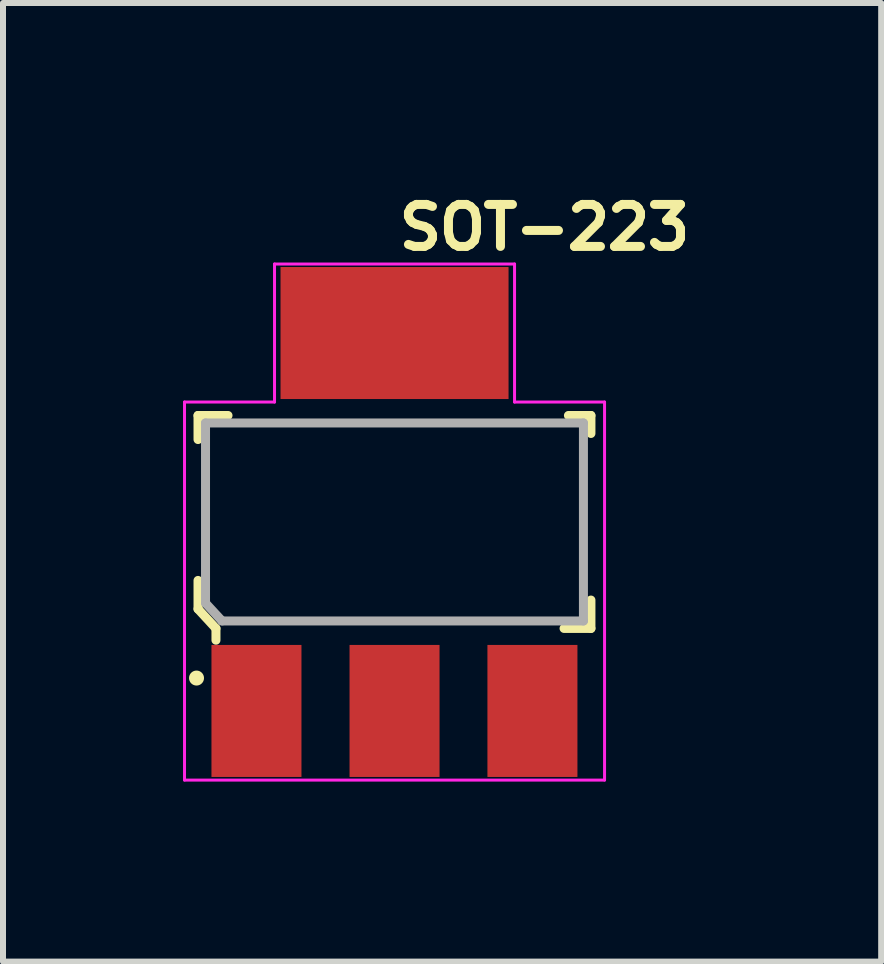
<source format=kicad_pcb>
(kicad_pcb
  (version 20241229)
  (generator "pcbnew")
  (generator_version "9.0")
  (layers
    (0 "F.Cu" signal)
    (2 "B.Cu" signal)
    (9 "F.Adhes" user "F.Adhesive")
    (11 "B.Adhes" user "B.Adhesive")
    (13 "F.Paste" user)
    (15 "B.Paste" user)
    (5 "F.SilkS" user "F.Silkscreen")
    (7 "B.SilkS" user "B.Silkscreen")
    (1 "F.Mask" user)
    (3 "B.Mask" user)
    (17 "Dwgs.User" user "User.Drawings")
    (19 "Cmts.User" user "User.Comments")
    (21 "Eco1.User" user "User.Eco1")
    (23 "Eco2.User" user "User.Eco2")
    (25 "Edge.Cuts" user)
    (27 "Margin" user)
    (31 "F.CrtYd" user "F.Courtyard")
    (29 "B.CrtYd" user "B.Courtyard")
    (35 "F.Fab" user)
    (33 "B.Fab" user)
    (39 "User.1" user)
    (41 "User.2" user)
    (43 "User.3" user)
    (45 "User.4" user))
  (footprint "SOT-223"
    (layer "F.Cu")
    (at 3.525 5.65)
    (property "Reference" "SOT-223" (at 0 -4.5 0) (layer "F.SilkS") (effects (font (size 0.7 0.7) (thickness 0.15)) (justify left bottom)))
    (attr smd)
    (fp_line (start -3.275 -1.776) (end -3.275 -1.375) (stroke (width 0.15) (type solid)) (layer "F.SilkS"))
    (fp_line (start -3.275 0.973) (end -3.275 1.449) (stroke (width 0.15) (type solid)) (layer "F.SilkS"))
    (fp_line (start -3.275 1.449) (end -2.976 1.773) (stroke (width 0.15) (type solid)) (layer "F.SilkS"))
    (fp_line (start -2.976 1.773) (end -2.976 1.969) (stroke (width 0.15) (type solid)) (layer "F.SilkS"))
    (fp_line (start -2.775 -1.776) (end -3.275 -1.776) (stroke (width 0.15) (type solid)) (layer "F.SilkS"))
    (fp_line (start 2.898 -1.776) (end 3.273 -1.776) (stroke (width 0.15) (type solid)) (layer "F.SilkS"))
    (fp_line (start 3.273 -1.776) (end 3.273 -1.476) (stroke (width 0.15) (type solid)) (layer "F.SilkS"))
    (fp_line (start 3.273 1.3) (end 3.273 1.773) (stroke (width 0.15) (type solid)) (layer "F.SilkS"))
    (fp_line (start 3.273 1.773) (end 2.825 1.773) (stroke (width 0.15) (type solid)) (layer "F.SilkS"))
    (fp_circle (center -3.3 2.6) (end -3.25 2.6) (stroke (width 0.15) (type solid)) (fill yes) (layer "F.SilkS"))
    (fp_line (start -3.5 -2) (end -3.5 4.3) (stroke (width 0.05) (type solid)) (layer "F.CrtYd"))
    (fp_line (start -3.5 4.3) (end 3.5 4.3) (stroke (width 0.05) (type solid)) (layer "F.CrtYd"))
    (fp_line (start -2 -4.3) (end -2 -2) (stroke (width 0.05) (type solid)) (layer "F.CrtYd"))
    (fp_line (start -2 -2) (end -3.5 -2) (stroke (width 0.05) (type solid)) (layer "F.CrtYd"))
    (fp_line (start 2 -4.3) (end -2 -4.3) (stroke (width 0.05) (type solid)) (layer "F.CrtYd"))
    (fp_line (start 2 -4.3) (end 2 -2) (stroke (width 0.05) (type solid)) (layer "F.CrtYd"))
    (fp_line (start 3.5 -2) (end 2 -2) (stroke (width 0.05) (type solid)) (layer "F.CrtYd"))
    (fp_line (start 3.5 -2) (end 3.5 4.3) (stroke (width 0.05) (type solid)) (layer "F.CrtYd"))
    (fp_line (start -3.15 -1.651) (end 3.148 -1.651) (stroke (width 0.15) (type solid)) (layer "F.Fab"))
    (fp_line (start -3.15 1.35) (end -3.15 -1.651) (stroke (width 0.15) (type solid)) (layer "F.Fab"))
    (fp_line (start -3.15 1.35) (end -2.875 1.648) (stroke (width 0.15) (type solid)) (layer "F.Fab"))
    (fp_line (start 3.148 -1.651) (end 3.148 1.648) (stroke (width 0.15) (type solid)) (layer "F.Fab"))
    (fp_line (start 3.148 1.648) (end -2.875 1.648) (stroke (width 0.15) (type solid)) (layer "F.Fab"))
    (fp_rect (start -3.251 -3.48) (end 3.249 3.479) (stroke (width 0.1) (type solid)) (fill no) (layer "User.5"))
    (fp_line (start -3.251 -1.736) (end -3.251 -1.734) (stroke (width 0.02) (type solid)) (layer "User.9"))
    (fp_line (start -3.251 -1.734) (end -3.25 -1.732) (stroke (width 0.02) (type solid)) (layer "User.9"))
    (fp_line (start -3.251 1.731) (end -3.251 1.733) (stroke (width 0.02) (type solid)) (layer "User.9"))
    (fp_line (start -3.251 1.733) (end -3.25 1.737) (stroke (width 0.02) (type solid)) (layer "User.9"))
    (fp_line (start -3.25 -1.746) (end -3.25 -1.742) (stroke (width 0.02) (type solid)) (layer "User.9"))
    (fp_line (start -3.25 -1.742) (end -3.25 -1.74) (stroke (width 0.02) (type solid)) (layer "User.9"))
    (fp_line (start -3.25 -1.74) (end -3.25 -1.738) (stroke (width 0.02) (type solid)) (layer "User.9"))
    (fp_line (start -3.25 -1.738) (end -3.251 -1.736) (stroke (width 0.02) (type solid)) (layer "User.9"))
    (fp_line (start -3.25 -1.732) (end -3.25 1.729) (stroke (width 0.02) (type solid)) (layer "User.9"))
    (fp_line (start -3.25 1.729) (end -3.251 1.731) (stroke (width 0.02) (type solid)) (layer "User.9"))
    (fp_line (start -3.25 1.737) (end -3.25 1.739) (stroke (width 0.02) (type solid)) (layer "User.9"))
    (fp_line (start -3.25 1.739) (end -3.25 1.741) (stroke (width 0.02) (type solid)) (layer "User.9"))
    (fp_line (start -3.25 1.741) (end -3.25 1.743) (stroke (width 0.02) (type solid)) (layer "User.9"))
    (fp_line (start -3.25 1.743) (end -3.249 1.745) (stroke (width 0.02) (type solid)) (layer "User.9"))
    (fp_line (start -3.249 -1.748) (end -3.25 -1.746) (stroke (width 0.02) (type solid)) (layer "User.9"))
    (fp_line (start -3.249 1.745) (end -3.247 1.747) (stroke (width 0.02) (type solid)) (layer "User.9"))
    (fp_line (start -3.247 -1.75) (end -3.249 -1.748) (stroke (width 0.02) (type solid)) (layer "User.9"))
    (fp_line (start -3.247 1.747) (end -3.246 1.749) (stroke (width 0.02) (type solid)) (layer "User.9"))
    (fp_line (start -3.246 -1.754) (end -3.246 -1.752) (stroke (width 0.02) (type solid)) (layer "User.9"))
    (fp_line (start -3.246 -1.752) (end -3.247 -1.75) (stroke (width 0.02) (type solid)) (layer "User.9"))
    (fp_line (start -3.246 1.749) (end -3.246 1.753) (stroke (width 0.02) (type solid)) (layer "User.9"))
    (fp_line (start -3.246 1.753) (end -3.245 1.755) (stroke (width 0.02) (type solid)) (layer "User.9"))
    (fp_line (start -3.245 -1.756) (end -3.246 -1.754) (stroke (width 0.02) (type solid)) (layer "User.9"))
    (fp_line (start -3.245 1.755) (end -3.242 1.757) (stroke (width 0.02) (type solid)) (layer "User.9"))
    (fp_line (start -3.242 -1.76) (end -3.242 -1.758) (stroke (width 0.02) (type solid)) (layer "User.9"))
    (fp_line (start -3.242 -1.758) (end -3.245 -1.756) (stroke (width 0.02) (type solid)) (layer "User.9"))
    (fp_line (start -3.242 1.757) (end -3.242 1.759) (stroke (width 0.02) (type solid)) (layer "User.9"))
    (fp_line (start -3.242 1.759) (end -3.239 1.761) (stroke (width 0.02) (type solid)) (layer "User.9"))
    (fp_line (start -3.239 -1.762) (end -3.242 -1.76) (stroke (width 0.02) (type solid)) (layer "User.9"))
    (fp_line (start -3.239 1.761) (end -3.238 1.763) (stroke (width 0.02) (type solid)) (layer "User.9"))
    (fp_line (start -3.238 -1.764) (end -3.239 -1.762) (stroke (width 0.02) (type solid)) (layer "User.9"))
    (fp_line (start -3.238 1.763) (end -3.237 1.765) (stroke (width 0.02) (type solid)) (layer "User.9"))
    (fp_line (start -3.237 -1.766) (end -3.238 -1.764) (stroke (width 0.02) (type solid)) (layer "User.9"))
    (fp_line (start -3.237 1.765) (end -3.234 1.765) (stroke (width 0.02) (type solid)) (layer "User.9"))
    (fp_line (start -3.234 -1.768) (end -3.237 -1.766) (stroke (width 0.02) (type solid)) (layer "User.9"))
    (fp_line (start -3.234 1.765) (end -3.233 1.767) (stroke (width 0.02) (type solid)) (layer "User.9"))
    (fp_line (start -3.233 -1.77) (end -3.234 -1.768) (stroke (width 0.02) (type solid)) (layer "User.9"))
    (fp_line (start -3.233 1.767) (end -3.23 1.769) (stroke (width 0.02) (type solid)) (layer "User.9"))
    (fp_line (start -3.23 -1.772) (end -3.233 -1.77) (stroke (width 0.02) (type solid)) (layer "User.9"))
    (fp_line (start -3.23 1.769) (end -3.229 1.771) (stroke (width 0.02) (type solid)) (layer "User.9"))
    (fp_line (start -3.229 -1.772) (end -3.23 -1.772) (stroke (width 0.02) (type solid)) (layer "User.9"))
    (fp_line (start -3.229 1.771) (end -3.226 1.773) (stroke (width 0.02) (type solid)) (layer "User.9"))
    (fp_line (start -3.226 -1.774) (end -3.229 -1.772) (stroke (width 0.02) (type solid)) (layer "User.9"))
    (fp_line (start -3.226 1.773) (end -3.225 1.773) (stroke (width 0.02) (type solid)) (layer "User.9"))
    (fp_line (start -3.225 -1.776) (end -3.226 -1.774) (stroke (width 0.02) (type solid)) (layer "User.9"))
    (fp_line (start -3.225 1.773) (end -3.222 1.775) (stroke (width 0.02) (type solid)) (layer "User.9"))
    (fp_line (start -3.222 -1.776) (end -3.225 -1.776) (stroke (width 0.02) (type solid)) (layer "User.9"))
    (fp_line (start -3.222 1.775) (end -3.219 1.775) (stroke (width 0.02) (type solid)) (layer "User.9"))
    (fp_line (start -3.219 -1.778) (end -3.222 -1.776) (stroke (width 0.02) (type solid)) (layer "User.9"))
    (fp_line (start -3.219 1.775) (end -3.218 1.777) (stroke (width 0.02) (type solid)) (layer "User.9"))
    (fp_line (start -3.218 -1.778) (end -3.219 -1.778) (stroke (width 0.02) (type solid)) (layer "User.9"))
    (fp_line (start -3.218 1.777) (end -3.215 1.777) (stroke (width 0.02) (type solid)) (layer "User.9"))
    (fp_line (start -3.215 -1.78) (end -3.218 -1.778) (stroke (width 0.02) (type solid)) (layer "User.9"))
    (fp_line (start -3.215 1.777) (end -3.213 1.777) (stroke (width 0.02) (type solid)) (layer "User.9"))
    (fp_line (start -3.213 -1.78) (end -3.215 -1.78) (stroke (width 0.02) (type solid)) (layer "User.9"))
    (fp_line (start -3.213 1.777) (end -3.21 1.779) (stroke (width 0.02) (type solid)) (layer "User.9"))
    (fp_line (start -3.21 -1.78) (end -3.213 -1.78) (stroke (width 0.02) (type solid)) (layer "User.9"))
    (fp_line (start -3.21 1.779) (end -3.209 1.779) (stroke (width 0.02) (type solid)) (layer "User.9"))
    (fp_line (start -3.209 -1.78) (end -3.21 -1.78) (stroke (width 0.02) (type solid)) (layer "User.9"))
    (fp_line (start -3.209 1.779) (end -3.206 1.779) (stroke (width 0.02) (type solid)) (layer "User.9"))
    (fp_line (start -3.206 -1.782) (end -3.209 -1.78) (stroke (width 0.02) (type solid)) (layer "User.9"))
    (fp_line (start -3.206 1.779) (end -3.203 1.779) (stroke (width 0.02) (type solid)) (layer "User.9"))
    (fp_line (start -3.203 -1.782) (end -3.206 -1.782) (stroke (width 0.02) (type solid)) (layer "User.9"))
    (fp_line (start -3.203 1.779) (end -3.202 1.779) (stroke (width 0.02) (type solid)) (layer "User.9"))
    (fp_line (start -3.202 -1.78) (end -3.203 -1.782) (stroke (width 0.02) (type solid)) (layer "User.9"))
    (fp_line (start -3.202 1.779) (end -2.67 1.779) (stroke (width 0.02) (type solid)) (layer "User.9"))
    (fp_line (start -2.67 1.779) (end -2.67 2.342) (stroke (width 0.02) (type solid)) (layer "User.9"))
    (fp_line (start -2.67 1.779) (end -1.93 1.779) (stroke (width 0.02) (type solid)) (layer "User.9"))
    (fp_line (start -2.67 2.744) (end -2.67 2.342) (stroke (width 0.02) (type solid)) (layer "User.9"))
    (fp_line (start -2.67 2.822) (end -2.67 2.744) (stroke (width 0.02) (type solid)) (layer "User.9"))
    (fp_line (start -2.67 2.955) (end -2.67 2.822) (stroke (width 0.02) (type solid)) (layer "User.9"))
    (fp_line (start -2.67 2.955) (end -2.67 3.479) (stroke (width 0.02) (type solid)) (layer "User.9"))
    (fp_line (start -2.67 3.479) (end -1.93 3.479) (stroke (width 0.02) (type solid)) (layer "User.9"))
    (fp_line (start -1.93 1.779) (end -1.93 2.342) (stroke (width 0.02) (type solid)) (layer "User.9"))
    (fp_line (start -1.93 1.779) (end -0.37 1.779) (stroke (width 0.02) (type solid)) (layer "User.9"))
    (fp_line (start -1.93 2.342) (end -1.93 2.744) (stroke (width 0.02) (type solid)) (layer "User.9"))
    (fp_line (start -1.93 2.822) (end -1.93 2.744) (stroke (width 0.02) (type solid)) (layer "User.9"))
    (fp_line (start -1.93 2.822) (end -1.93 2.955) (stroke (width 0.02) (type solid)) (layer "User.9"))
    (fp_line (start -1.93 2.955) (end -1.93 3.479) (stroke (width 0.02) (type solid)) (layer "User.9"))
    (fp_line (start -1.5 -3.48) (end 1.499 -3.48) (stroke (width 0.02) (type solid)) (layer "User.9"))
    (fp_line (start -1.5 -2.956) (end -1.5 -3.48) (stroke (width 0.02) (type solid)) (layer "User.9"))
    (fp_line (start -1.5 -2.823) (end -1.5 -2.956) (stroke (width 0.02) (type solid)) (layer "User.9"))
    (fp_line (start -1.5 -2.823) (end -1.5 -2.746) (stroke (width 0.02) (type solid)) (layer "User.9"))
    (fp_line (start -1.5 -2.344) (end -1.5 -2.746) (stroke (width 0.02) (type solid)) (layer "User.9"))
    (fp_line (start -1.5 -1.78) (end -3.202 -1.78) (stroke (width 0.02) (type solid)) (layer "User.9"))
    (fp_line (start -1.5 -1.78) (end -1.5 -2.344) (stroke (width 0.02) (type solid)) (layer "User.9"))
    (fp_line (start -1.5 -1.78) (end 1.499 -1.78) (stroke (width 0.02) (type solid)) (layer "User.9"))
    (fp_line (start -0.37 1.779) (end -0.37 2.342) (stroke (width 0.02) (type solid)) (layer "User.9"))
    (fp_line (start -0.37 1.779) (end 0.368 1.779) (stroke (width 0.02) (type solid)) (layer "User.9"))
    (fp_line (start -0.37 2.744) (end -0.37 2.342) (stroke (width 0.02) (type solid)) (layer "User.9"))
    (fp_line (start -0.37 2.822) (end -0.37 2.744) (stroke (width 0.02) (type solid)) (layer "User.9"))
    (fp_line (start -0.37 2.955) (end -0.37 2.822) (stroke (width 0.02) (type solid)) (layer "User.9"))
    (fp_line (start -0.37 2.955) (end -0.37 3.479) (stroke (width 0.02) (type solid)) (layer "User.9"))
    (fp_line (start -0.37 3.479) (end 0.368 3.479) (stroke (width 0.02) (type solid)) (layer "User.9"))
    (fp_line (start 0.368 1.779) (end 0.368 2.342) (stroke (width 0.02) (type solid)) (layer "User.9"))
    (fp_line (start 0.368 1.779) (end 1.929 1.779) (stroke (width 0.02) (type solid)) (layer "User.9"))
    (fp_line (start 0.368 2.342) (end 0.368 2.744) (stroke (width 0.02) (type solid)) (layer "User.9"))
    (fp_line (start 0.368 2.822) (end 0.368 2.744) (stroke (width 0.02) (type solid)) (layer "User.9"))
    (fp_line (start 0.368 2.822) (end 0.368 2.955) (stroke (width 0.02) (type solid)) (layer "User.9"))
    (fp_line (start 0.368 2.955) (end 0.368 3.479) (stroke (width 0.02) (type solid)) (layer "User.9"))
    (fp_line (start 1.499 -2.956) (end 1.499 -3.48) (stroke (width 0.02) (type solid)) (layer "User.9"))
    (fp_line (start 1.499 -2.956) (end 1.499 -2.823) (stroke (width 0.02) (type solid)) (layer "User.9"))
    (fp_line (start 1.499 -2.823) (end 1.499 -2.746) (stroke (width 0.02) (type solid)) (layer "User.9"))
    (fp_line (start 1.499 -2.746) (end 1.499 -2.344) (stroke (width 0.02) (type solid)) (layer "User.9"))
    (fp_line (start 1.499 -1.78) (end 1.499 -2.344) (stroke (width 0.02) (type solid)) (layer "User.9"))
    (fp_line (start 1.929 1.779) (end 1.929 2.342) (stroke (width 0.02) (type solid)) (layer "User.9"))
    (fp_line (start 1.929 1.779) (end 2.668 1.779) (stroke (width 0.02) (type solid)) (layer "User.9"))
    (fp_line (start 1.929 2.744) (end 1.929 2.342) (stroke (width 0.02) (type solid)) (layer "User.9"))
    (fp_line (start 1.929 2.822) (end 1.929 2.744) (stroke (width 0.02) (type solid)) (layer "User.9"))
    (fp_line (start 1.929 2.955) (end 1.929 2.822) (stroke (width 0.02) (type solid)) (layer "User.9"))
    (fp_line (start 1.929 2.955) (end 1.929 3.479) (stroke (width 0.02) (type solid)) (layer "User.9"))
    (fp_line (start 1.929 3.479) (end 2.668 3.479) (stroke (width 0.02) (type solid)) (layer "User.9"))
    (fp_line (start 2.668 1.779) (end 2.668 2.342) (stroke (width 0.02) (type solid)) (layer "User.9"))
    (fp_line (start 2.668 1.779) (end 3.2 1.779) (stroke (width 0.02) (type solid)) (layer "User.9"))
    (fp_line (start 2.668 2.342) (end 2.668 2.744) (stroke (width 0.02) (type solid)) (layer "User.9"))
    (fp_line (start 2.668 2.822) (end 2.668 2.744) (stroke (width 0.02) (type solid)) (layer "User.9"))
    (fp_line (start 2.668 2.822) (end 2.668 2.955) (stroke (width 0.02) (type solid)) (layer "User.9"))
    (fp_line (start 2.668 2.955) (end 2.668 3.479) (stroke (width 0.02) (type solid)) (layer "User.9"))
    (fp_line (start 3.2 -1.78) (end 1.499 -1.78) (stroke (width 0.02) (type solid)) (layer "User.9"))
    (fp_line (start 3.2 1.779) (end 3.201 1.779) (stroke (width 0.02) (type solid)) (layer "User.9"))
    (fp_line (start 3.201 -1.782) (end 3.2 -1.78) (stroke (width 0.02) (type solid)) (layer "User.9"))
    (fp_line (start 3.201 1.779) (end 3.204 1.779) (stroke (width 0.02) (type solid)) (layer "User.9"))
    (fp_line (start 3.204 -1.782) (end 3.201 -1.782) (stroke (width 0.02) (type solid)) (layer "User.9"))
    (fp_line (start 3.204 1.779) (end 3.206 1.779) (stroke (width 0.02) (type solid)) (layer "User.9"))
    (fp_line (start 3.206 -1.78) (end 3.204 -1.782) (stroke (width 0.02) (type solid)) (layer "User.9"))
    (fp_line (start 3.206 1.779) (end 3.209 1.779) (stroke (width 0.02) (type solid)) (layer "User.9"))
    (fp_line (start 3.209 -1.78) (end 3.206 -1.78) (stroke (width 0.02) (type solid)) (layer "User.9"))
    (fp_line (start 3.209 1.779) (end 3.21 1.777) (stroke (width 0.02) (type solid)) (layer "User.9"))
    (fp_line (start 3.21 -1.78) (end 3.209 -1.78) (stroke (width 0.02) (type solid)) (layer "User.9"))
    (fp_line (start 3.21 1.777) (end 3.213 1.777) (stroke (width 0.02) (type solid)) (layer "User.9"))
    (fp_line (start 3.213 -1.78) (end 3.21 -1.78) (stroke (width 0.02) (type solid)) (layer "User.9"))
    (fp_line (start 3.213 1.777) (end 3.216 1.777) (stroke (width 0.02) (type solid)) (layer "User.9"))
    (fp_line (start 3.216 -1.778) (end 3.213 -1.78) (stroke (width 0.02) (type solid)) (layer "User.9"))
    (fp_line (start 3.216 1.777) (end 3.217 1.775) (stroke (width 0.02) (type solid)) (layer "User.9"))
    (fp_line (start 3.217 -1.778) (end 3.216 -1.778) (stroke (width 0.02) (type solid)) (layer "User.9"))
    (fp_line (start 3.217 1.775) (end 3.22 1.775) (stroke (width 0.02) (type solid)) (layer "User.9"))
    (fp_line (start 3.22 -1.776) (end 3.217 -1.778) (stroke (width 0.02) (type solid)) (layer "User.9"))
    (fp_line (start 3.22 1.775) (end 3.222 1.773) (stroke (width 0.02) (type solid)) (layer "User.9"))
    (fp_line (start 3.222 -1.776) (end 3.22 -1.776) (stroke (width 0.02) (type solid)) (layer "User.9"))
    (fp_line (start 3.222 1.773) (end 3.225 1.773) (stroke (width 0.02) (type solid)) (layer "User.9"))
    (fp_line (start 3.225 -1.774) (end 3.222 -1.776) (stroke (width 0.02) (type solid)) (layer "User.9"))
    (fp_line (start 3.225 1.773) (end 3.226 1.771) (stroke (width 0.02) (type solid)) (layer "User.9"))
    (fp_line (start 3.226 -1.772) (end 3.225 -1.774) (stroke (width 0.02) (type solid)) (layer "User.9"))
    (fp_line (start 3.226 1.771) (end 3.229 1.769) (stroke (width 0.02) (type solid)) (layer "User.9"))
    (fp_line (start 3.229 -1.772) (end 3.226 -1.772) (stroke (width 0.02) (type solid)) (layer "User.9"))
    (fp_line (start 3.229 1.769) (end 3.23 1.767) (stroke (width 0.02) (type solid)) (layer "User.9"))
    (fp_line (start 3.23 -1.77) (end 3.229 -1.772) (stroke (width 0.02) (type solid)) (layer "User.9"))
    (fp_line (start 3.23 1.767) (end 3.233 1.765) (stroke (width 0.02) (type solid)) (layer "User.9"))
    (fp_line (start 3.233 -1.768) (end 3.23 -1.77) (stroke (width 0.02) (type solid)) (layer "User.9"))
    (fp_line (start 3.233 1.765) (end 3.234 1.765) (stroke (width 0.02) (type solid)) (layer "User.9"))
    (fp_line (start 3.234 -1.766) (end 3.233 -1.768) (stroke (width 0.02) (type solid)) (layer "User.9"))
    (fp_line (start 3.234 1.765) (end 3.236 1.763) (stroke (width 0.02) (type solid)) (layer "User.9"))
    (fp_line (start 3.236 -1.764) (end 3.234 -1.766) (stroke (width 0.02) (type solid)) (layer "User.9"))
    (fp_line (start 3.236 1.763) (end 3.237 1.761) (stroke (width 0.02) (type solid)) (layer "User.9"))
    (fp_line (start 3.237 -1.762) (end 3.236 -1.764) (stroke (width 0.02) (type solid)) (layer "User.9"))
    (fp_line (start 3.237 1.761) (end 3.24 1.759) (stroke (width 0.02) (type solid)) (layer "User.9"))
    (fp_line (start 3.24 -1.76) (end 3.237 -1.762) (stroke (width 0.02) (type solid)) (layer "User.9"))
    (fp_line (start 3.24 1.759) (end 3.241 1.757) (stroke (width 0.02) (type solid)) (layer "User.9"))
    (fp_line (start 3.241 -1.758) (end 3.24 -1.76) (stroke (width 0.02) (type solid)) (layer "User.9"))
    (fp_line (start 3.241 1.757) (end 3.242 1.755) (stroke (width 0.02) (type solid)) (layer "User.9"))
    (fp_line (start 3.242 -1.756) (end 3.241 -1.758) (stroke (width 0.02) (type solid)) (layer "User.9"))
    (fp_line (start 3.242 1.755) (end 3.244 1.753) (stroke (width 0.02) (type solid)) (layer "User.9"))
    (fp_line (start 3.244 -1.754) (end 3.242 -1.756) (stroke (width 0.02) (type solid)) (layer "User.9"))
    (fp_line (start 3.244 1.753) (end 3.245 1.749) (stroke (width 0.02) (type solid)) (layer "User.9"))
    (fp_line (start 3.245 -1.752) (end 3.244 -1.754) (stroke (width 0.02) (type solid)) (layer "User.9"))
    (fp_line (start 3.245 -1.75) (end 3.245 -1.752) (stroke (width 0.02) (type solid)) (layer "User.9"))
    (fp_line (start 3.245 1.747) (end 3.246 1.745) (stroke (width 0.02) (type solid)) (layer "User.9"))
    (fp_line (start 3.245 1.749) (end 3.245 1.747) (stroke (width 0.02) (type solid)) (layer "User.9"))
    (fp_line (start 3.246 -1.748) (end 3.245 -1.75) (stroke (width 0.02) (type solid)) (layer "User.9"))
    (fp_line (start 3.246 1.745) (end 3.248 1.743) (stroke (width 0.02) (type solid)) (layer "User.9"))
    (fp_line (start 3.248 -1.746) (end 3.246 -1.748) (stroke (width 0.02) (type solid)) (layer "User.9"))
    (fp_line (start 3.248 -1.742) (end 3.248 -1.746) (stroke (width 0.02) (type solid)) (layer "User.9"))
    (fp_line (start 3.248 1.741) (end 3.249 1.739) (stroke (width 0.02) (type solid)) (layer "User.9"))
    (fp_line (start 3.248 1.743) (end 3.248 1.741) (stroke (width 0.02) (type solid)) (layer "User.9"))
    (fp_line (start 3.249 -1.74) (end 3.248 -1.742) (stroke (width 0.02) (type solid)) (layer "User.9"))
    (fp_line (start 3.249 -1.738) (end 3.249 -1.74) (stroke (width 0.02) (type solid)) (layer "User.9"))
    (fp_line (start 3.249 -1.736) (end 3.249 -1.738) (stroke (width 0.02) (type solid)) (layer "User.9"))
    (fp_line (start 3.249 -1.734) (end 3.249 -1.736) (stroke (width 0.02) (type solid)) (layer "User.9"))
    (fp_line (start 3.249 -1.732) (end 3.249 -1.734) (stroke (width 0.02) (type solid)) (layer "User.9"))
    (fp_line (start 3.249 1.729) (end 3.249 -1.732) (stroke (width 0.02) (type solid)) (layer "User.9"))
    (fp_line (start 3.249 1.731) (end 3.249 1.729) (stroke (width 0.02) (type solid)) (layer "User.9"))
    (fp_line (start 3.249 1.733) (end 3.249 1.731) (stroke (width 0.02) (type solid)) (layer "User.9"))
    (fp_line (start 3.249 1.737) (end 3.249 1.733) (stroke (width 0.02) (type solid)) (layer "User.9"))
    (fp_line (start 3.249 1.739) (end 3.249 1.737) (stroke (width 0.02) (type solid)) (layer "User.9"))
    (pad "1" smd rect (at -2.301 3.148) (size 1.5 2.2) (layers "F.Cu" "F.Mask" "F.Paste"))
    (pad "2" smd rect (at 0 3.148) (size 1.5 2.2) (layers "F.Cu" "F.Mask" "F.Paste"))
    (pad "3" smd rect (at 2.298 3.148) (size 1.5 2.2) (layers "F.Cu" "F.Mask" "F.Paste"))
    (pad "4" smd rect (at 0 -3.15) (size 3.8 2.2) (layers "F.Cu" "F.Mask" "F.Paste")))
  (gr_rect
    (start -3 -3)
    (end 11.635 12.975)
    (stroke (width 0.1) (type default))
    (fill no)
    (layer "Edge.Cuts")))
</source>
